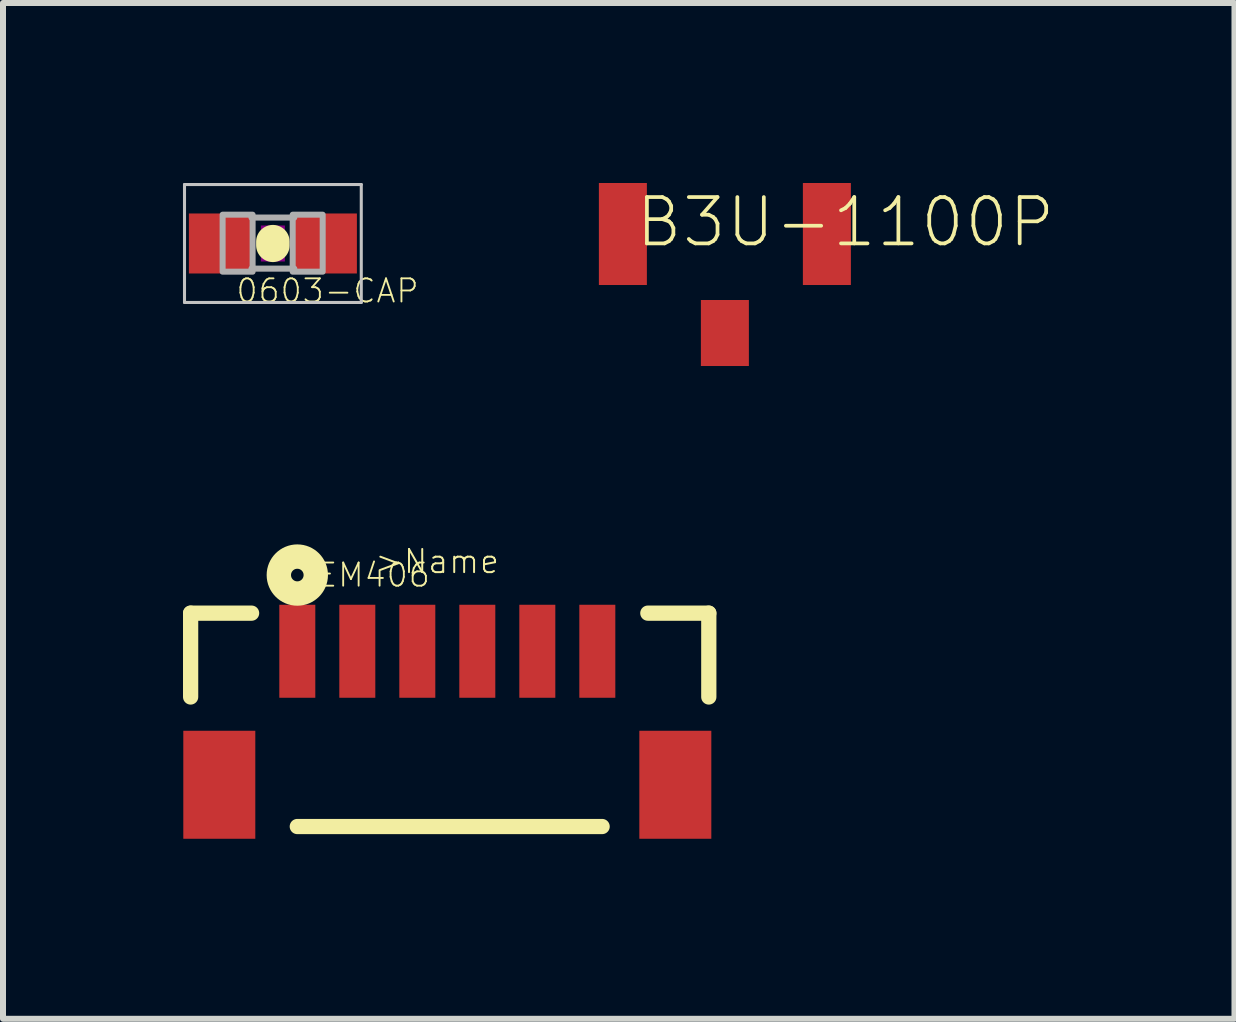
<source format=kicad_pcb>
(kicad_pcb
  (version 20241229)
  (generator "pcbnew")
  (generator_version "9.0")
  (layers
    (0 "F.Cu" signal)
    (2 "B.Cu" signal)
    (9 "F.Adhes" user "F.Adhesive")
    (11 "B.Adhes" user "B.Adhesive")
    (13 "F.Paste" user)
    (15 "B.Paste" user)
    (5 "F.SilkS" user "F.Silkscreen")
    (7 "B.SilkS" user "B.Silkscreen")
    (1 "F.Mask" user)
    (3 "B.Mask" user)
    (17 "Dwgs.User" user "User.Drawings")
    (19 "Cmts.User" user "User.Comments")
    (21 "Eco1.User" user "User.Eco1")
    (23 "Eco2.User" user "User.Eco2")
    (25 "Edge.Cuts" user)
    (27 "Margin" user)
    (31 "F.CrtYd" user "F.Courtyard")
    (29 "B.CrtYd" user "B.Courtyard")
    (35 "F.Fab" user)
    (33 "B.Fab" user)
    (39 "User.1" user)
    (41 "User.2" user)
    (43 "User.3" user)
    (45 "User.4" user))
  (footprint "0603-CAP"
    (layer "F.Cu")
    (at 1.498 1.008)
    (property "Reference" "0603-CAP" (at -0.635 1.016 180) (layer "F.SilkS") (effects (font (size 0.386 0.386) (thickness 0.031)) (justify left bottom)))
    (attr through_hole)
    (fp_line (start 0 -0.03) (end 0 0.03) (stroke (width 0.559) (type solid)) (layer "F.SilkS"))
    (fp_poly (pts (xy -0.2 0.3) (xy 0.2 0.3) (xy 0.2 -0.3) (xy -0.2 -0.3)) (stroke (width 0) (type solid)) (fill yes) (layer "F.Adhes"))
    (fp_line (start -1.473 -0.983) (end 1.473 -0.983) (stroke (width 0.051) (type solid)) (layer "Dwgs.User"))
    (fp_line (start -1.473 0.983) (end -1.473 -0.983) (stroke (width 0.051) (type solid)) (layer "Dwgs.User"))
    (fp_line (start 1.473 -0.983) (end 1.473 0.983) (stroke (width 0.051) (type solid)) (layer "Dwgs.User"))
    (fp_line (start 1.473 0.983) (end -1.473 0.983) (stroke (width 0.051) (type solid)) (layer "Dwgs.User"))
    (fp_line (start -0.356 -0.432) (end 0.356 -0.432) (stroke (width 0.102) (type solid)) (layer "F.Fab"))
    (fp_line (start -0.356 0.419) (end 0.356 0.419) (stroke (width 0.102) (type solid)) (layer "F.Fab"))
    (fp_poly (pts (xy -0.838 0.47) (xy -0.338 0.47) (xy -0.338 -0.48) (xy -0.838 -0.48)) (stroke (width 0.1) (type solid)) (fill no) (layer "F.Fab"))
    (fp_poly (pts (xy 0.33 0.47) (xy 0.83 0.47) (xy 0.83 -0.48) (xy 0.33 -0.48)) (stroke (width 0.1) (type solid)) (fill no) (layer "F.Fab"))
    (pad "1" smd rect (at -0.85 0) (size 1.1 1) (layers "F.Cu" "F.Mask" "F.Paste"))
    (pad "2" smd rect (at 0.85 0) (size 1.1 1) (layers "F.Cu" "F.Mask" "F.Paste")))
  (footprint "B3U-1100P"
    (layer "F.Cu")
    (at 9.031 0.85)
    (property "Reference" "B3U-1100P" (at -1.524 0.254 180) (layer "F.SilkS") (effects (font (size 0.772 0.772) (thickness 0.062)) (justify left bottom)))
    (attr through_hole)
    (pad "P$1" smd rect (at -1.7 0) (size 0.8 1.7) (layers "F.Cu" "F.Mask" "F.Paste"))
    (pad "P$2" smd rect (at 1.7 0) (size 0.8 1.7) (layers "F.Cu" "F.Mask" "F.Paste"))
    (pad "P$3" smd rect (at 0 1.65) (size 0.8 1.1) (layers "F.Cu" "F.Mask" "F.Paste")))
  (footprint "EM406"
    (layer "F.Cu")
    (at 1.905 7.804)
    (property "Reference" "EM406" (at 1.27 -1.27 0) (layer "F.SilkS") (effects (font (size 0.386 0.386) (thickness 0.031))))
    (attr through_hole)
    (fp_line (start -1.778 -0.635) (end -0.762 -0.635) (stroke (width 0.254) (type solid)) (layer "F.SilkS"))
    (fp_line (start -1.778 0.762) (end -1.778 -0.635) (stroke (width 0.254) (type solid)) (layer "F.SilkS"))
    (fp_line (start 0 2.921) (end 5.08 2.921) (stroke (width 0.254) (type solid)) (layer "F.SilkS"))
    (fp_line (start 5.842 -0.635) (end 6.858 -0.635) (stroke (width 0.254) (type solid)) (layer "F.SilkS"))
    (fp_line (start 6.858 -0.635) (end 6.858 0.762) (stroke (width 0.254) (type solid)) (layer "F.SilkS"))
    (fp_circle (center 0 -1.27) (end 0.105 -1.27) (stroke (width 0.406) (type solid)) (fill no) (layer "F.SilkS"))
    (fp_text user ">Name" (at 1.27 -1.27 0) (layer "F.SilkS") (effects (font (size 0.386 0.386) (thickness 0.033)) (justify left bottom)))
    (pad "1" smd rect (at 0 0) (size 0.6 1.55) (layers "F.Cu" "F.Mask" "F.Paste"))
    (pad "2" smd rect (at 1 0) (size 0.6 1.55) (layers "F.Cu" "F.Mask" "F.Paste"))
    (pad "3" smd rect (at 2 0) (size 0.6 1.55) (layers "F.Cu" "F.Mask" "F.Paste"))
    (pad "4" smd rect (at 3 0) (size 0.6 1.55) (layers "F.Cu" "F.Mask" "F.Paste"))
    (pad "5" smd rect (at 4 0) (size 0.6 1.55) (layers "F.Cu" "F.Mask" "F.Paste"))
    (pad "6" smd rect (at 5 0) (size 0.6 1.55) (layers "F.Cu" "F.Mask" "F.Paste"))
    (pad "P$1" smd rect (at -1.3 2.225) (size 1.2 1.8) (layers "F.Cu" "F.Mask" "F.Paste"))
    (pad "P$2" smd rect (at 6.3 2.225) (size 1.2 1.8) (layers "F.Cu" "F.Mask" "F.Paste")))
  (gr_rect
    (start -3 -3)
    (end 17.524 13.929)
    (stroke (width 0.1) (type default))
    (fill no)
    (layer "Edge.Cuts")))
</source>
